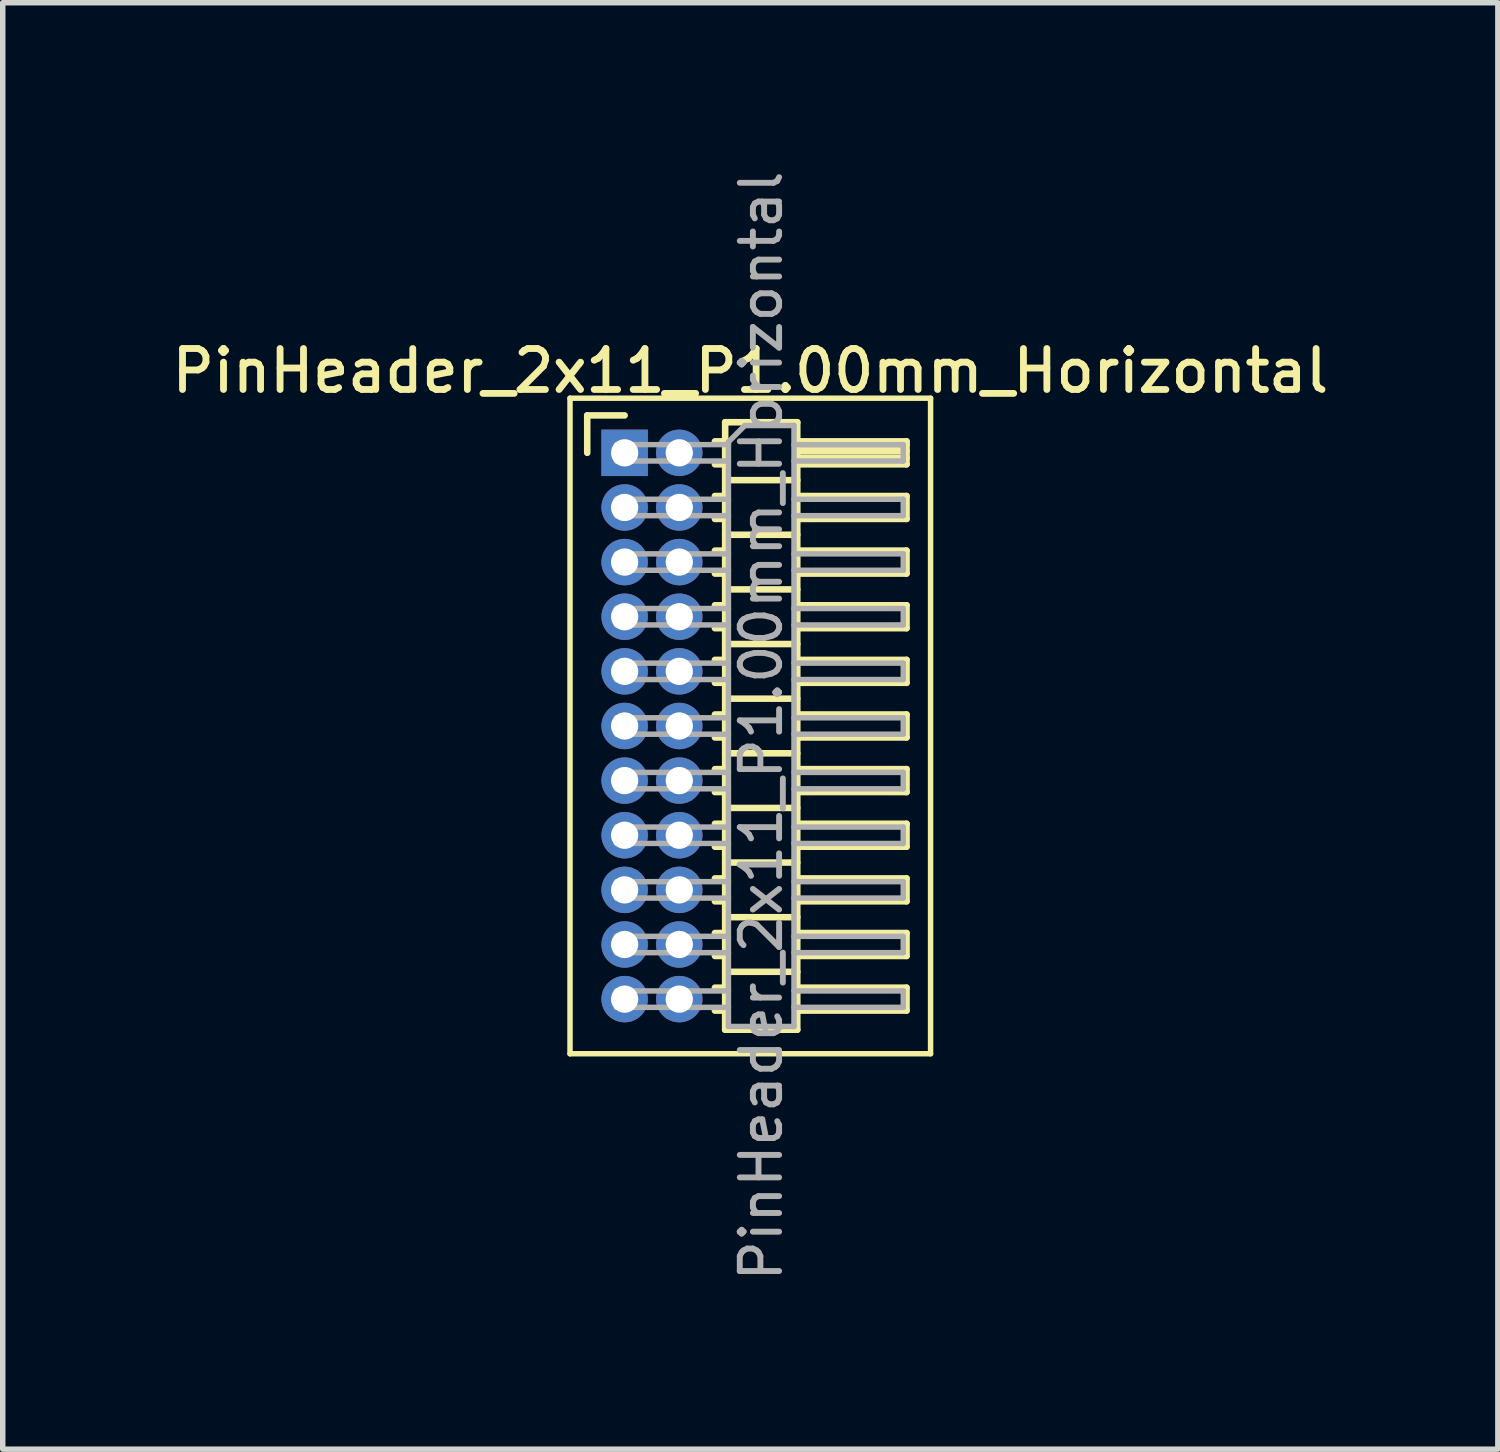
<source format=kicad_pcb>
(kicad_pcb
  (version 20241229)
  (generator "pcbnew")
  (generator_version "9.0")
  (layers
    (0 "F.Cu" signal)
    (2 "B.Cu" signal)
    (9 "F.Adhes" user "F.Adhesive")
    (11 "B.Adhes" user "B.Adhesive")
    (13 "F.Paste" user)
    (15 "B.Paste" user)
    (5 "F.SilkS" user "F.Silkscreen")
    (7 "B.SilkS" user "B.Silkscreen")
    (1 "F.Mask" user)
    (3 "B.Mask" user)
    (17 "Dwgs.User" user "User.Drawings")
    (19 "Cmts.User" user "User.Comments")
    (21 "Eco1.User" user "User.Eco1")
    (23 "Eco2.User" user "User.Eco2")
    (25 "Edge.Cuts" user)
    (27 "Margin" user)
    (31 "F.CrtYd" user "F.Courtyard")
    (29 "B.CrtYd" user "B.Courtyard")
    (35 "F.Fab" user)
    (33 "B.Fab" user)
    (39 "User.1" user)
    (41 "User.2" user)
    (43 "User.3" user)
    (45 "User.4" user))
  (footprint "PinHeader_2x11_P1.00mm_Horizontal"
    (layer "F.Cu")
    (at 8.384 5.239)
    (property "Reference" "PinHeader_2x11_P1.00mm_Horizontal" (at 2.3 -1.5 0) (layer "F.SilkS") (effects (font (size 0.75 0.75) (thickness 0.125))))
    (attr through_hole)
    (fp_line (start -1 -1) (end -1 11) (stroke (width 0.1) (type solid)) (layer "F.SilkS"))
    (fp_line (start -1 11) (end 5.6 11) (stroke (width 0.1) (type solid)) (layer "F.SilkS"))
    (fp_line (start -0.685 -0.685) (end 0 -0.685) (stroke (width 0.12) (type solid)) (layer "F.SilkS"))
    (fp_line (start -0.685 0) (end -0.685 -0.685) (stroke (width 0.12) (type solid)) (layer "F.SilkS"))
    (fp_line (start 1.652 -0.21) (end 1.84 -0.21) (stroke (width 0.12) (type solid)) (layer "F.SilkS"))
    (fp_line (start 1.652 0.21) (end 1.84 0.21) (stroke (width 0.12) (type solid)) (layer "F.SilkS"))
    (fp_line (start 1.652 0.79) (end 1.84 0.79) (stroke (width 0.12) (type solid)) (layer "F.SilkS"))
    (fp_line (start 1.652 1.21) (end 1.84 1.21) (stroke (width 0.12) (type solid)) (layer "F.SilkS"))
    (fp_line (start 1.652 1.79) (end 1.84 1.79) (stroke (width 0.12) (type solid)) (layer "F.SilkS"))
    (fp_line (start 1.652 2.21) (end 1.84 2.21) (stroke (width 0.12) (type solid)) (layer "F.SilkS"))
    (fp_line (start 1.652 2.79) (end 1.84 2.79) (stroke (width 0.12) (type solid)) (layer "F.SilkS"))
    (fp_line (start 1.652 3.21) (end 1.84 3.21) (stroke (width 0.12) (type solid)) (layer "F.SilkS"))
    (fp_line (start 1.652 3.79) (end 1.84 3.79) (stroke (width 0.12) (type solid)) (layer "F.SilkS"))
    (fp_line (start 1.652 4.21) (end 1.84 4.21) (stroke (width 0.12) (type solid)) (layer "F.SilkS"))
    (fp_line (start 1.652 4.79) (end 1.84 4.79) (stroke (width 0.12) (type solid)) (layer "F.SilkS"))
    (fp_line (start 1.652 5.21) (end 1.84 5.21) (stroke (width 0.12) (type solid)) (layer "F.SilkS"))
    (fp_line (start 1.652 5.79) (end 1.84 5.79) (stroke (width 0.12) (type solid)) (layer "F.SilkS"))
    (fp_line (start 1.652 6.21) (end 1.84 6.21) (stroke (width 0.12) (type solid)) (layer "F.SilkS"))
    (fp_line (start 1.652 6.79) (end 1.84 6.79) (stroke (width 0.12) (type solid)) (layer "F.SilkS"))
    (fp_line (start 1.652 7.21) (end 1.84 7.21) (stroke (width 0.12) (type solid)) (layer "F.SilkS"))
    (fp_line (start 1.652 7.79) (end 1.84 7.79) (stroke (width 0.12) (type solid)) (layer "F.SilkS"))
    (fp_line (start 1.652 8.21) (end 1.84 8.21) (stroke (width 0.12) (type solid)) (layer "F.SilkS"))
    (fp_line (start 1.652 8.79) (end 1.84 8.79) (stroke (width 0.12) (type solid)) (layer "F.SilkS"))
    (fp_line (start 1.652 9.21) (end 1.84 9.21) (stroke (width 0.12) (type solid)) (layer "F.SilkS"))
    (fp_line (start 1.652 9.79) (end 1.84 9.79) (stroke (width 0.12) (type solid)) (layer "F.SilkS"))
    (fp_line (start 1.652 10.21) (end 1.84 10.21) (stroke (width 0.12) (type solid)) (layer "F.SilkS"))
    (fp_line (start 1.84 -0.56) (end 1.84 10.56) (stroke (width 0.12) (type solid)) (layer "F.SilkS"))
    (fp_line (start 1.84 0.5) (end 3.16 0.5) (stroke (width 0.12) (type solid)) (layer "F.SilkS"))
    (fp_line (start 1.84 1.5) (end 3.16 1.5) (stroke (width 0.12) (type solid)) (layer "F.SilkS"))
    (fp_line (start 1.84 2.5) (end 3.16 2.5) (stroke (width 0.12) (type solid)) (layer "F.SilkS"))
    (fp_line (start 1.84 3.5) (end 3.16 3.5) (stroke (width 0.12) (type solid)) (layer "F.SilkS"))
    (fp_line (start 1.84 4.5) (end 3.16 4.5) (stroke (width 0.12) (type solid)) (layer "F.SilkS"))
    (fp_line (start 1.84 5.5) (end 3.16 5.5) (stroke (width 0.12) (type solid)) (layer "F.SilkS"))
    (fp_line (start 1.84 6.5) (end 3.16 6.5) (stroke (width 0.12) (type solid)) (layer "F.SilkS"))
    (fp_line (start 1.84 7.5) (end 3.16 7.5) (stroke (width 0.12) (type solid)) (layer "F.SilkS"))
    (fp_line (start 1.84 8.5) (end 3.16 8.5) (stroke (width 0.12) (type solid)) (layer "F.SilkS"))
    (fp_line (start 1.84 9.5) (end 3.16 9.5) (stroke (width 0.12) (type solid)) (layer "F.SilkS"))
    (fp_line (start 1.84 10.56) (end 3.16 10.56) (stroke (width 0.12) (type solid)) (layer "F.SilkS"))
    (fp_line (start 3.16 -0.56) (end 1.84 -0.56) (stroke (width 0.12) (type solid)) (layer "F.SilkS"))
    (fp_line (start 3.16 -0.21) (end 5.16 -0.21) (stroke (width 0.12) (type solid)) (layer "F.SilkS"))
    (fp_line (start 3.16 -0.15) (end 5.16 -0.15) (stroke (width 0.12) (type solid)) (layer "F.SilkS"))
    (fp_line (start 3.16 -0.03) (end 5.16 -0.03) (stroke (width 0.12) (type solid)) (layer "F.SilkS"))
    (fp_line (start 3.16 0.09) (end 5.16 0.09) (stroke (width 0.12) (type solid)) (layer "F.SilkS"))
    (fp_line (start 3.16 0.79) (end 5.16 0.79) (stroke (width 0.12) (type solid)) (layer "F.SilkS"))
    (fp_line (start 3.16 1.79) (end 5.16 1.79) (stroke (width 0.12) (type solid)) (layer "F.SilkS"))
    (fp_line (start 3.16 2.79) (end 5.16 2.79) (stroke (width 0.12) (type solid)) (layer "F.SilkS"))
    (fp_line (start 3.16 3.79) (end 5.16 3.79) (stroke (width 0.12) (type solid)) (layer "F.SilkS"))
    (fp_line (start 3.16 4.79) (end 5.16 4.79) (stroke (width 0.12) (type solid)) (layer "F.SilkS"))
    (fp_line (start 3.16 5.79) (end 5.16 5.79) (stroke (width 0.12) (type solid)) (layer "F.SilkS"))
    (fp_line (start 3.16 6.79) (end 5.16 6.79) (stroke (width 0.12) (type solid)) (layer "F.SilkS"))
    (fp_line (start 3.16 7.79) (end 5.16 7.79) (stroke (width 0.12) (type solid)) (layer "F.SilkS"))
    (fp_line (start 3.16 8.79) (end 5.16 8.79) (stroke (width 0.12) (type solid)) (layer "F.SilkS"))
    (fp_line (start 3.16 9.79) (end 5.16 9.79) (stroke (width 0.12) (type solid)) (layer "F.SilkS"))
    (fp_line (start 3.16 10.56) (end 3.16 -0.56) (stroke (width 0.12) (type solid)) (layer "F.SilkS"))
    (fp_line (start 5.16 -0.21) (end 5.16 0.21) (stroke (width 0.12) (type solid)) (layer "F.SilkS"))
    (fp_line (start 5.16 0.21) (end 3.16 0.21) (stroke (width 0.12) (type solid)) (layer "F.SilkS"))
    (fp_line (start 5.16 0.79) (end 5.16 1.21) (stroke (width 0.12) (type solid)) (layer "F.SilkS"))
    (fp_line (start 5.16 1.21) (end 3.16 1.21) (stroke (width 0.12) (type solid)) (layer "F.SilkS"))
    (fp_line (start 5.16 1.79) (end 5.16 2.21) (stroke (width 0.12) (type solid)) (layer "F.SilkS"))
    (fp_line (start 5.16 2.21) (end 3.16 2.21) (stroke (width 0.12) (type solid)) (layer "F.SilkS"))
    (fp_line (start 5.16 2.79) (end 5.16 3.21) (stroke (width 0.12) (type solid)) (layer "F.SilkS"))
    (fp_line (start 5.16 3.21) (end 3.16 3.21) (stroke (width 0.12) (type solid)) (layer "F.SilkS"))
    (fp_line (start 5.16 3.79) (end 5.16 4.21) (stroke (width 0.12) (type solid)) (layer "F.SilkS"))
    (fp_line (start 5.16 4.21) (end 3.16 4.21) (stroke (width 0.12) (type solid)) (layer "F.SilkS"))
    (fp_line (start 5.16 4.79) (end 5.16 5.21) (stroke (width 0.12) (type solid)) (layer "F.SilkS"))
    (fp_line (start 5.16 5.21) (end 3.16 5.21) (stroke (width 0.12) (type solid)) (layer "F.SilkS"))
    (fp_line (start 5.16 5.79) (end 5.16 6.21) (stroke (width 0.12) (type solid)) (layer "F.SilkS"))
    (fp_line (start 5.16 6.21) (end 3.16 6.21) (stroke (width 0.12) (type solid)) (layer "F.SilkS"))
    (fp_line (start 5.16 6.79) (end 5.16 7.21) (stroke (width 0.12) (type solid)) (layer "F.SilkS"))
    (fp_line (start 5.16 7.21) (end 3.16 7.21) (stroke (width 0.12) (type solid)) (layer "F.SilkS"))
    (fp_line (start 5.16 7.79) (end 5.16 8.21) (stroke (width 0.12) (type solid)) (layer "F.SilkS"))
    (fp_line (start 5.16 8.21) (end 3.16 8.21) (stroke (width 0.12) (type solid)) (layer "F.SilkS"))
    (fp_line (start 5.16 8.79) (end 5.16 9.21) (stroke (width 0.12) (type solid)) (layer "F.SilkS"))
    (fp_line (start 5.16 9.21) (end 3.16 9.21) (stroke (width 0.12) (type solid)) (layer "F.SilkS"))
    (fp_line (start 5.16 9.79) (end 5.16 10.21) (stroke (width 0.12) (type solid)) (layer "F.SilkS"))
    (fp_line (start 5.16 10.21) (end 3.16 10.21) (stroke (width 0.12) (type solid)) (layer "F.SilkS"))
    (fp_line (start 5.6 -1) (end -1 -1) (stroke (width 0.1) (type solid)) (layer "F.SilkS"))
    (fp_line (start 5.6 11) (end 5.6 -1) (stroke (width 0.1) (type solid)) (layer "F.SilkS"))
    (fp_line (start -0.15 -0.15) (end -0.15 0.15) (stroke (width 0.1) (type solid)) (layer "F.Fab"))
    (fp_line (start -0.15 -0.15) (end 1.9 -0.15) (stroke (width 0.1) (type solid)) (layer "F.Fab"))
    (fp_line (start -0.15 0.15) (end 1.9 0.15) (stroke (width 0.1) (type solid)) (layer "F.Fab"))
    (fp_line (start -0.15 0.85) (end -0.15 1.15) (stroke (width 0.1) (type solid)) (layer "F.Fab"))
    (fp_line (start -0.15 0.85) (end 1.9 0.85) (stroke (width 0.1) (type solid)) (layer "F.Fab"))
    (fp_line (start -0.15 1.15) (end 1.9 1.15) (stroke (width 0.1) (type solid)) (layer "F.Fab"))
    (fp_line (start -0.15 1.85) (end -0.15 2.15) (stroke (width 0.1) (type solid)) (layer "F.Fab"))
    (fp_line (start -0.15 1.85) (end 1.9 1.85) (stroke (width 0.1) (type solid)) (layer "F.Fab"))
    (fp_line (start -0.15 2.15) (end 1.9 2.15) (stroke (width 0.1) (type solid)) (layer "F.Fab"))
    (fp_line (start -0.15 2.85) (end -0.15 3.15) (stroke (width 0.1) (type solid)) (layer "F.Fab"))
    (fp_line (start -0.15 2.85) (end 1.9 2.85) (stroke (width 0.1) (type solid)) (layer "F.Fab"))
    (fp_line (start -0.15 3.15) (end 1.9 3.15) (stroke (width 0.1) (type solid)) (layer "F.Fab"))
    (fp_line (start -0.15 3.85) (end -0.15 4.15) (stroke (width 0.1) (type solid)) (layer "F.Fab"))
    (fp_line (start -0.15 3.85) (end 1.9 3.85) (stroke (width 0.1) (type solid)) (layer "F.Fab"))
    (fp_line (start -0.15 4.15) (end 1.9 4.15) (stroke (width 0.1) (type solid)) (layer "F.Fab"))
    (fp_line (start -0.15 4.85) (end -0.15 5.15) (stroke (width 0.1) (type solid)) (layer "F.Fab"))
    (fp_line (start -0.15 4.85) (end 1.9 4.85) (stroke (width 0.1) (type solid)) (layer "F.Fab"))
    (fp_line (start -0.15 5.15) (end 1.9 5.15) (stroke (width 0.1) (type solid)) (layer "F.Fab"))
    (fp_line (start -0.15 5.85) (end -0.15 6.15) (stroke (width 0.1) (type solid)) (layer "F.Fab"))
    (fp_line (start -0.15 5.85) (end 1.9 5.85) (stroke (width 0.1) (type solid)) (layer "F.Fab"))
    (fp_line (start -0.15 6.15) (end 1.9 6.15) (stroke (width 0.1) (type solid)) (layer "F.Fab"))
    (fp_line (start -0.15 6.85) (end -0.15 7.15) (stroke (width 0.1) (type solid)) (layer "F.Fab"))
    (fp_line (start -0.15 6.85) (end 1.9 6.85) (stroke (width 0.1) (type solid)) (layer "F.Fab"))
    (fp_line (start -0.15 7.15) (end 1.9 7.15) (stroke (width 0.1) (type solid)) (layer "F.Fab"))
    (fp_line (start -0.15 7.85) (end -0.15 8.15) (stroke (width 0.1) (type solid)) (layer "F.Fab"))
    (fp_line (start -0.15 7.85) (end 1.9 7.85) (stroke (width 0.1) (type solid)) (layer "F.Fab"))
    (fp_line (start -0.15 8.15) (end 1.9 8.15) (stroke (width 0.1) (type solid)) (layer "F.Fab"))
    (fp_line (start -0.15 8.85) (end -0.15 9.15) (stroke (width 0.1) (type solid)) (layer "F.Fab"))
    (fp_line (start -0.15 8.85) (end 1.9 8.85) (stroke (width 0.1) (type solid)) (layer "F.Fab"))
    (fp_line (start -0.15 9.15) (end 1.9 9.15) (stroke (width 0.1) (type solid)) (layer "F.Fab"))
    (fp_line (start -0.15 9.85) (end -0.15 10.15) (stroke (width 0.1) (type solid)) (layer "F.Fab"))
    (fp_line (start -0.15 9.85) (end 1.9 9.85) (stroke (width 0.1) (type solid)) (layer "F.Fab"))
    (fp_line (start -0.15 10.15) (end 1.9 10.15) (stroke (width 0.1) (type solid)) (layer "F.Fab"))
    (fp_line (start 1.9 -0.2) (end 2.2 -0.5) (stroke (width 0.1) (type solid)) (layer "F.Fab"))
    (fp_line (start 1.9 10.5) (end 1.9 -0.2) (stroke (width 0.1) (type solid)) (layer "F.Fab"))
    (fp_line (start 2.2 -0.5) (end 3.1 -0.5) (stroke (width 0.1) (type solid)) (layer "F.Fab"))
    (fp_line (start 3.1 -0.5) (end 3.1 10.5) (stroke (width 0.1) (type solid)) (layer "F.Fab"))
    (fp_line (start 3.1 -0.15) (end 5.1 -0.15) (stroke (width 0.1) (type solid)) (layer "F.Fab"))
    (fp_line (start 3.1 0.15) (end 5.1 0.15) (stroke (width 0.1) (type solid)) (layer "F.Fab"))
    (fp_line (start 3.1 0.85) (end 5.1 0.85) (stroke (width 0.1) (type solid)) (layer "F.Fab"))
    (fp_line (start 3.1 1.15) (end 5.1 1.15) (stroke (width 0.1) (type solid)) (layer "F.Fab"))
    (fp_line (start 3.1 1.85) (end 5.1 1.85) (stroke (width 0.1) (type solid)) (layer "F.Fab"))
    (fp_line (start 3.1 2.15) (end 5.1 2.15) (stroke (width 0.1) (type solid)) (layer "F.Fab"))
    (fp_line (start 3.1 2.85) (end 5.1 2.85) (stroke (width 0.1) (type solid)) (layer "F.Fab"))
    (fp_line (start 3.1 3.15) (end 5.1 3.15) (stroke (width 0.1) (type solid)) (layer "F.Fab"))
    (fp_line (start 3.1 3.85) (end 5.1 3.85) (stroke (width 0.1) (type solid)) (layer "F.Fab"))
    (fp_line (start 3.1 4.15) (end 5.1 4.15) (stroke (width 0.1) (type solid)) (layer "F.Fab"))
    (fp_line (start 3.1 4.85) (end 5.1 4.85) (stroke (width 0.1) (type solid)) (layer "F.Fab"))
    (fp_line (start 3.1 5.15) (end 5.1 5.15) (stroke (width 0.1) (type solid)) (layer "F.Fab"))
    (fp_line (start 3.1 5.85) (end 5.1 5.85) (stroke (width 0.1) (type solid)) (layer "F.Fab"))
    (fp_line (start 3.1 6.15) (end 5.1 6.15) (stroke (width 0.1) (type solid)) (layer "F.Fab"))
    (fp_line (start 3.1 6.85) (end 5.1 6.85) (stroke (width 0.1) (type solid)) (layer "F.Fab"))
    (fp_line (start 3.1 7.15) (end 5.1 7.15) (stroke (width 0.1) (type solid)) (layer "F.Fab"))
    (fp_line (start 3.1 7.85) (end 5.1 7.85) (stroke (width 0.1) (type solid)) (layer "F.Fab"))
    (fp_line (start 3.1 8.15) (end 5.1 8.15) (stroke (width 0.1) (type solid)) (layer "F.Fab"))
    (fp_line (start 3.1 8.85) (end 5.1 8.85) (stroke (width 0.1) (type solid)) (layer "F.Fab"))
    (fp_line (start 3.1 9.15) (end 5.1 9.15) (stroke (width 0.1) (type solid)) (layer "F.Fab"))
    (fp_line (start 3.1 9.85) (end 5.1 9.85) (stroke (width 0.1) (type solid)) (layer "F.Fab"))
    (fp_line (start 3.1 10.15) (end 5.1 10.15) (stroke (width 0.1) (type solid)) (layer "F.Fab"))
    (fp_line (start 3.1 10.5) (end 1.9 10.5) (stroke (width 0.1) (type solid)) (layer "F.Fab"))
    (fp_line (start 5.1 -0.15) (end 5.1 0.15) (stroke (width 0.1) (type solid)) (layer "F.Fab"))
    (fp_line (start 5.1 0.85) (end 5.1 1.15) (stroke (width 0.1) (type solid)) (layer "F.Fab"))
    (fp_line (start 5.1 1.85) (end 5.1 2.15) (stroke (width 0.1) (type solid)) (layer "F.Fab"))
    (fp_line (start 5.1 2.85) (end 5.1 3.15) (stroke (width 0.1) (type solid)) (layer "F.Fab"))
    (fp_line (start 5.1 3.85) (end 5.1 4.15) (stroke (width 0.1) (type solid)) (layer "F.Fab"))
    (fp_line (start 5.1 4.85) (end 5.1 5.15) (stroke (width 0.1) (type solid)) (layer "F.Fab"))
    (fp_line (start 5.1 5.85) (end 5.1 6.15) (stroke (width 0.1) (type solid)) (layer "F.Fab"))
    (fp_line (start 5.1 6.85) (end 5.1 7.15) (stroke (width 0.1) (type solid)) (layer "F.Fab"))
    (fp_line (start 5.1 7.85) (end 5.1 8.15) (stroke (width 0.1) (type solid)) (layer "F.Fab"))
    (fp_line (start 5.1 8.85) (end 5.1 9.15) (stroke (width 0.1) (type solid)) (layer "F.Fab"))
    (fp_line (start 5.1 9.85) (end 5.1 10.15) (stroke (width 0.1) (type solid)) (layer "F.Fab"))
    (fp_text user "${REFERENCE}" (at 2.5 5 90) (layer "F.Fab") (effects (font (size 0.72 0.72) (thickness 0.108))))
    (pad "1" thru_hole rect (at 0 0) (size 0.85 0.85) (drill 0.5) (layers "*.Cu" "*.Mask"))
    (pad "2" thru_hole oval (at 1 0) (size 0.85 0.85) (drill 0.5) (layers "*.Cu" "*.Mask"))
    (pad "3" thru_hole oval (at 0 1) (size 0.85 0.85) (drill 0.5) (layers "*.Cu" "*.Mask"))
    (pad "4" thru_hole oval (at 1 1) (size 0.85 0.85) (drill 0.5) (layers "*.Cu" "*.Mask"))
    (pad "5" thru_hole oval (at 0 2) (size 0.85 0.85) (drill 0.5) (layers "*.Cu" "*.Mask"))
    (pad "6" thru_hole oval (at 1 2) (size 0.85 0.85) (drill 0.5) (layers "*.Cu" "*.Mask"))
    (pad "7" thru_hole oval (at 0 3) (size 0.85 0.85) (drill 0.5) (layers "*.Cu" "*.Mask"))
    (pad "8" thru_hole oval (at 1 3) (size 0.85 0.85) (drill 0.5) (layers "*.Cu" "*.Mask"))
    (pad "9" thru_hole oval (at 0 4) (size 0.85 0.85) (drill 0.5) (layers "*.Cu" "*.Mask"))
    (pad "10" thru_hole oval (at 1 4) (size 0.85 0.85) (drill 0.5) (layers "*.Cu" "*.Mask"))
    (pad "11" thru_hole oval (at 0 5) (size 0.85 0.85) (drill 0.5) (layers "*.Cu" "*.Mask"))
    (pad "12" thru_hole oval (at 1 5) (size 0.85 0.85) (drill 0.5) (layers "*.Cu" "*.Mask"))
    (pad "13" thru_hole oval (at 0 6) (size 0.85 0.85) (drill 0.5) (layers "*.Cu" "*.Mask"))
    (pad "14" thru_hole oval (at 1 6) (size 0.85 0.85) (drill 0.5) (layers "*.Cu" "*.Mask"))
    (pad "15" thru_hole oval (at 0 7) (size 0.85 0.85) (drill 0.5) (layers "*.Cu" "*.Mask"))
    (pad "16" thru_hole oval (at 1 7) (size 0.85 0.85) (drill 0.5) (layers "*.Cu" "*.Mask"))
    (pad "17" thru_hole oval (at 0 8) (size 0.85 0.85) (drill 0.5) (layers "*.Cu" "*.Mask"))
    (pad "18" thru_hole oval (at 1 8) (size 0.85 0.85) (drill 0.5) (layers "*.Cu" "*.Mask"))
    (pad "19" thru_hole oval (at 0 9) (size 0.85 0.85) (drill 0.5) (layers "*.Cu" "*.Mask"))
    (pad "20" thru_hole oval (at 1 9) (size 0.85 0.85) (drill 0.5) (layers "*.Cu" "*.Mask"))
    (pad "21" thru_hole oval (at 0 10) (size 0.85 0.85) (drill 0.5) (layers "*.Cu" "*.Mask"))
    (pad "22" thru_hole oval (at 1 10) (size 0.85 0.85) (drill 0.5) (layers "*.Cu" "*.Mask")))
  (gr_rect
    (start -3 -3)
    (end 24.368 23.477)
    (stroke (width 0.1) (type default))
    (fill no)
    (layer "Edge.Cuts")))
</source>
